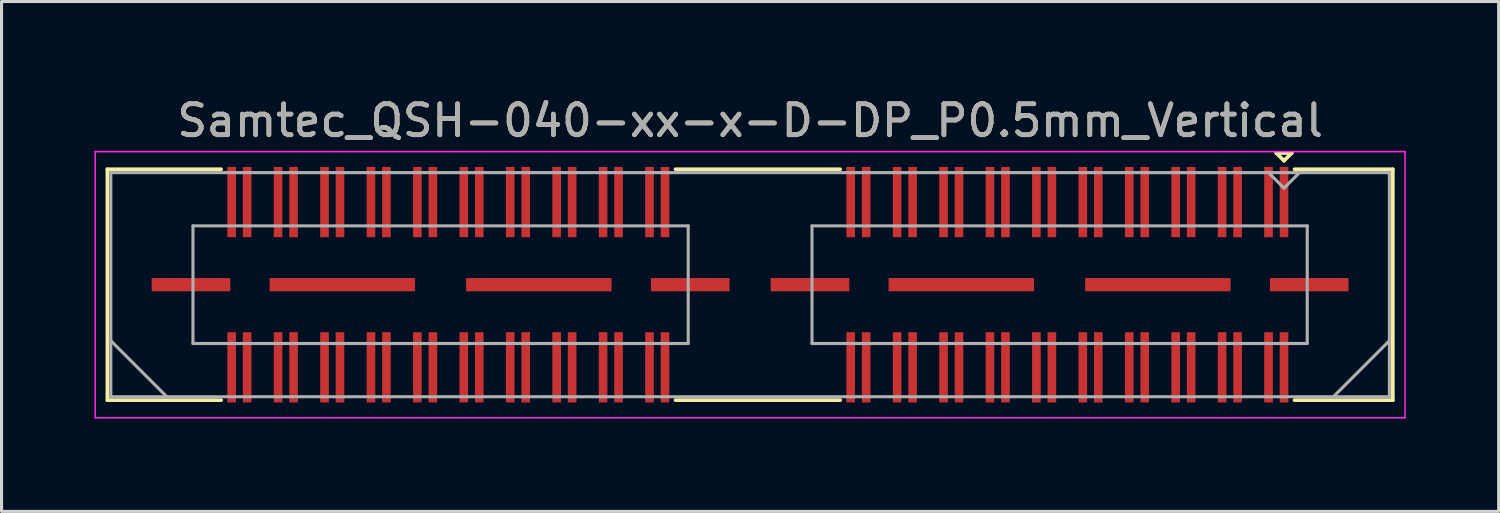
<source format=kicad_pcb>
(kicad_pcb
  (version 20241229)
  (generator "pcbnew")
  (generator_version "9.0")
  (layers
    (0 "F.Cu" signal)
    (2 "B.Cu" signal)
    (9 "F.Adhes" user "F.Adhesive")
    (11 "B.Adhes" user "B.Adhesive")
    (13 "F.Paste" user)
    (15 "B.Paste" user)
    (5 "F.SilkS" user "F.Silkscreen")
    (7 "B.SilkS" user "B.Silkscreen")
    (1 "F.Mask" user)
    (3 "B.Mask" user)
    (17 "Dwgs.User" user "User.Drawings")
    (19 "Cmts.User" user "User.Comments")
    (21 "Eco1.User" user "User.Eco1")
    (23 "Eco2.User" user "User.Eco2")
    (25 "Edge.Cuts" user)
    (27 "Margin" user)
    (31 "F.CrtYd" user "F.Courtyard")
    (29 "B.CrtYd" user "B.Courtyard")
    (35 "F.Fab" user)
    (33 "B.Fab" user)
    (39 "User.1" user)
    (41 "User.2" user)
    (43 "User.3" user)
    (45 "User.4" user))
  (footprint "Samtec_QSH-040-xx-x-D-DP_P0.5mm_Vertical"
    (layer "F.Cu")
    (at 21.185 6.148)
    (property "Reference" "Samtec_QSH-040-xx-x-D-DP_P0.5mm_Vertical" (at 0 -5.3 0) (layer "F.SilkS") (effects (font (size 1 1) (thickness 0.15))))
    (attr smd)
    (fp_line (start -20.765 -3.73) (end -17.09 -3.73) (stroke (width 0.12) (type solid)) (layer "F.SilkS"))
    (fp_line (start -20.765 3.73) (end -20.765 -3.73) (stroke (width 0.12) (type solid)) (layer "F.SilkS"))
    (fp_line (start -17.09 3.73) (end -20.765 3.73) (stroke (width 0.12) (type solid)) (layer "F.SilkS"))
    (fp_line (start 2.91 -3.73) (end -2.41 -3.73) (stroke (width 0.12) (type solid)) (layer "F.SilkS"))
    (fp_line (start 2.91 3.73) (end -2.41 3.73) (stroke (width 0.12) (type solid)) (layer "F.SilkS"))
    (fp_line (start 17 -4.255) (end 17.5 -4.255) (stroke (width 0.12) (type solid)) (layer "F.SilkS"))
    (fp_line (start 17.25 -4.005) (end 17 -4.255) (stroke (width 0.12) (type solid)) (layer "F.SilkS"))
    (fp_line (start 17.5 -4.255) (end 17.25 -4.005) (stroke (width 0.12) (type solid)) (layer "F.SilkS"))
    (fp_line (start 17.59 3.73) (end 20.765 3.73) (stroke (width 0.12) (type solid)) (layer "F.SilkS"))
    (fp_line (start 20.765 -3.73) (end 17.59 -3.73) (stroke (width 0.12) (type solid)) (layer "F.SilkS"))
    (fp_line (start 20.765 3.73) (end 20.765 -3.73) (stroke (width 0.12) (type solid)) (layer "F.SilkS"))
    (fp_line (start -21.16 -4.3) (end -21.16 4.3) (stroke (width 0.05) (type solid)) (layer "F.CrtYd"))
    (fp_line (start -21.16 4.3) (end 21.16 4.3) (stroke (width 0.05) (type solid)) (layer "F.CrtYd"))
    (fp_line (start 21.16 -4.3) (end -21.16 -4.3) (stroke (width 0.05) (type solid)) (layer "F.CrtYd"))
    (fp_line (start 21.16 4.3) (end 21.16 -4.3) (stroke (width 0.05) (type solid)) (layer "F.CrtYd"))
    (fp_line (start -20.655 -3.62) (end -20.655 3.62) (stroke (width 0.1) (type solid)) (layer "F.Fab"))
    (fp_line (start -20.655 1.81) (end -18.845 3.62) (stroke (width 0.1) (type solid)) (layer "F.Fab"))
    (fp_line (start -20.655 3.62) (end 20.655 3.62) (stroke (width 0.1) (type solid)) (layer "F.Fab"))
    (fp_line (start -18 -1.9) (end -18 1.9) (stroke (width 0.1) (type solid)) (layer "F.Fab"))
    (fp_line (start -18 1.9) (end -2 1.9) (stroke (width 0.1) (type solid)) (layer "F.Fab"))
    (fp_line (start -2 -1.9) (end -18 -1.9) (stroke (width 0.1) (type solid)) (layer "F.Fab"))
    (fp_line (start -2 1.9) (end -2 -1.9) (stroke (width 0.1) (type solid)) (layer "F.Fab"))
    (fp_line (start 2 -1.9) (end 2 1.9) (stroke (width 0.1) (type solid)) (layer "F.Fab"))
    (fp_line (start 2 1.9) (end 18 1.9) (stroke (width 0.1) (type solid)) (layer "F.Fab"))
    (fp_line (start 17.25 -3.12) (end 16.75 -3.62) (stroke (width 0.1) (type solid)) (layer "F.Fab"))
    (fp_line (start 17.75 -3.62) (end 17.25 -3.12) (stroke (width 0.1) (type solid)) (layer "F.Fab"))
    (fp_line (start 18 -1.9) (end 2 -1.9) (stroke (width 0.1) (type solid)) (layer "F.Fab"))
    (fp_line (start 18 1.9) (end 18 -1.9) (stroke (width 0.1) (type solid)) (layer "F.Fab"))
    (fp_line (start 20.655 -3.62) (end -20.655 -3.62) (stroke (width 0.1) (type solid)) (layer "F.Fab"))
    (fp_line (start 20.655 1.81) (end 18.845 3.62) (stroke (width 0.1) (type solid)) (layer "F.Fab"))
    (fp_line (start 20.655 3.62) (end 20.655 -3.62) (stroke (width 0.1) (type solid)) (layer "F.Fab"))
    (fp_text user "${REFERENCE}" (at 0 -5.3 0) (layer "F.Fab") (effects (font (size 1 1) (thickness 0.15))))
    (pad "1" smd rect (at 17.25 -2.67) (size 0.279 2.27) (layers "F.Cu" "F.Mask" "F.Paste"))
    (pad "2" smd rect (at 17.25 2.67) (size 0.279 2.27) (layers "F.Cu" "F.Mask" "F.Paste"))
    (pad "3" smd rect (at 16.75 -2.67) (size 0.279 2.27) (layers "F.Cu" "F.Mask" "F.Paste"))
    (pad "4" smd rect (at 16.75 2.67) (size 0.279 2.27) (layers "F.Cu" "F.Mask" "F.Paste"))
    (pad "5" smd rect (at 15.75 -2.67) (size 0.279 2.27) (layers "F.Cu" "F.Mask" "F.Paste"))
    (pad "6" smd rect (at 15.75 2.67) (size 0.279 2.27) (layers "F.Cu" "F.Mask" "F.Paste"))
    (pad "7" smd rect (at 15.25 -2.67) (size 0.279 2.27) (layers "F.Cu" "F.Mask" "F.Paste"))
    (pad "8" smd rect (at 15.25 2.67) (size 0.279 2.27) (layers "F.Cu" "F.Mask" "F.Paste"))
    (pad "9" smd rect (at 14.25 -2.67) (size 0.279 2.27) (layers "F.Cu" "F.Mask" "F.Paste"))
    (pad "10" smd rect (at 14.25 2.67) (size 0.279 2.27) (layers "F.Cu" "F.Mask" "F.Paste"))
    (pad "11" smd rect (at 13.75 -2.67) (size 0.279 2.27) (layers "F.Cu" "F.Mask" "F.Paste"))
    (pad "12" smd rect (at 13.75 2.67) (size 0.279 2.27) (layers "F.Cu" "F.Mask" "F.Paste"))
    (pad "13" smd rect (at 12.75 -2.67) (size 0.279 2.27) (layers "F.Cu" "F.Mask" "F.Paste"))
    (pad "14" smd rect (at 12.75 2.67) (size 0.279 2.27) (layers "F.Cu" "F.Mask" "F.Paste"))
    (pad "15" smd rect (at 12.25 -2.67) (size 0.279 2.27) (layers "F.Cu" "F.Mask" "F.Paste"))
    (pad "16" smd rect (at 12.25 2.67) (size 0.279 2.27) (layers "F.Cu" "F.Mask" "F.Paste"))
    (pad "17" smd rect (at 11.25 -2.67) (size 0.279 2.27) (layers "F.Cu" "F.Mask" "F.Paste"))
    (pad "18" smd rect (at 11.25 2.67) (size 0.279 2.27) (layers "F.Cu" "F.Mask" "F.Paste"))
    (pad "19" smd rect (at 10.75 -2.67) (size 0.279 2.27) (layers "F.Cu" "F.Mask" "F.Paste"))
    (pad "20" smd rect (at 10.75 2.67) (size 0.279 2.27) (layers "F.Cu" "F.Mask" "F.Paste"))
    (pad "21" smd rect (at 9.75 -2.67) (size 0.279 2.27) (layers "F.Cu" "F.Mask" "F.Paste"))
    (pad "22" smd rect (at 9.75 2.67) (size 0.279 2.27) (layers "F.Cu" "F.Mask" "F.Paste"))
    (pad "23" smd rect (at 9.25 -2.67) (size 0.279 2.27) (layers "F.Cu" "F.Mask" "F.Paste"))
    (pad "24" smd rect (at 9.25 2.67) (size 0.279 2.27) (layers "F.Cu" "F.Mask" "F.Paste"))
    (pad "25" smd rect (at 8.25 -2.67) (size 0.279 2.27) (layers "F.Cu" "F.Mask" "F.Paste"))
    (pad "26" smd rect (at 8.25 2.67) (size 0.279 2.27) (layers "F.Cu" "F.Mask" "F.Paste"))
    (pad "27" smd rect (at 7.75 -2.67) (size 0.279 2.27) (layers "F.Cu" "F.Mask" "F.Paste"))
    (pad "28" smd rect (at 7.75 2.67) (size 0.279 2.27) (layers "F.Cu" "F.Mask" "F.Paste"))
    (pad "29" smd rect (at 6.75 -2.67) (size 0.279 2.27) (layers "F.Cu" "F.Mask" "F.Paste"))
    (pad "30" smd rect (at 6.75 2.67) (size 0.279 2.27) (layers "F.Cu" "F.Mask" "F.Paste"))
    (pad "31" smd rect (at 6.25 -2.67) (size 0.279 2.27) (layers "F.Cu" "F.Mask" "F.Paste"))
    (pad "32" smd rect (at 6.25 2.67) (size 0.279 2.27) (layers "F.Cu" "F.Mask" "F.Paste"))
    (pad "33" smd rect (at 5.25 -2.67) (size 0.279 2.27) (layers "F.Cu" "F.Mask" "F.Paste"))
    (pad "34" smd rect (at 5.25 2.67) (size 0.279 2.27) (layers "F.Cu" "F.Mask" "F.Paste"))
    (pad "35" smd rect (at 4.75 -2.67) (size 0.279 2.27) (layers "F.Cu" "F.Mask" "F.Paste"))
    (pad "36" smd rect (at 4.75 2.67) (size 0.279 2.27) (layers "F.Cu" "F.Mask" "F.Paste"))
    (pad "37" smd rect (at 3.75 -2.67) (size 0.279 2.27) (layers "F.Cu" "F.Mask" "F.Paste"))
    (pad "38" smd rect (at 3.75 2.67) (size 0.279 2.27) (layers "F.Cu" "F.Mask" "F.Paste"))
    (pad "39" smd rect (at 3.25 -2.67) (size 0.279 2.27) (layers "F.Cu" "F.Mask" "F.Paste"))
    (pad "40" smd rect (at 3.25 2.67) (size 0.279 2.27) (layers "F.Cu" "F.Mask" "F.Paste"))
    (pad "41" smd rect (at -2.75 -2.67) (size 0.279 2.27) (layers "F.Cu" "F.Mask" "F.Paste"))
    (pad "42" smd rect (at -2.75 2.67) (size 0.279 2.27) (layers "F.Cu" "F.Mask" "F.Paste"))
    (pad "43" smd rect (at -3.25 -2.67) (size 0.279 2.27) (layers "F.Cu" "F.Mask" "F.Paste"))
    (pad "44" smd rect (at -3.25 2.67) (size 0.279 2.27) (layers "F.Cu" "F.Mask" "F.Paste"))
    (pad "45" smd rect (at -4.25 -2.67) (size 0.279 2.27) (layers "F.Cu" "F.Mask" "F.Paste"))
    (pad "46" smd rect (at -4.25 2.67) (size 0.279 2.27) (layers "F.Cu" "F.Mask" "F.Paste"))
    (pad "47" smd rect (at -4.75 -2.67) (size 0.279 2.27) (layers "F.Cu" "F.Mask" "F.Paste"))
    (pad "48" smd rect (at -4.75 2.67) (size 0.279 2.27) (layers "F.Cu" "F.Mask" "F.Paste"))
    (pad "49" smd rect (at -5.75 -2.67) (size 0.279 2.27) (layers "F.Cu" "F.Mask" "F.Paste"))
    (pad "50" smd rect (at -5.75 2.67) (size 0.279 2.27) (layers "F.Cu" "F.Mask" "F.Paste"))
    (pad "51" smd rect (at -6.25 -2.67) (size 0.279 2.27) (layers "F.Cu" "F.Mask" "F.Paste"))
    (pad "52" smd rect (at -6.25 2.67) (size 0.279 2.27) (layers "F.Cu" "F.Mask" "F.Paste"))
    (pad "53" smd rect (at -7.25 -2.67) (size 0.279 2.27) (layers "F.Cu" "F.Mask" "F.Paste"))
    (pad "54" smd rect (at -7.25 2.67) (size 0.279 2.27) (layers "F.Cu" "F.Mask" "F.Paste"))
    (pad "55" smd rect (at -7.75 -2.67) (size 0.279 2.27) (layers "F.Cu" "F.Mask" "F.Paste"))
    (pad "56" smd rect (at -7.75 2.67) (size 0.279 2.27) (layers "F.Cu" "F.Mask" "F.Paste"))
    (pad "57" smd rect (at -8.75 -2.67) (size 0.279 2.27) (layers "F.Cu" "F.Mask" "F.Paste"))
    (pad "58" smd rect (at -8.75 2.67) (size 0.279 2.27) (layers "F.Cu" "F.Mask" "F.Paste"))
    (pad "59" smd rect (at -9.25 -2.67) (size 0.279 2.27) (layers "F.Cu" "F.Mask" "F.Paste"))
    (pad "60" smd rect (at -9.25 2.67) (size 0.279 2.27) (layers "F.Cu" "F.Mask" "F.Paste"))
    (pad "61" smd rect (at -10.25 -2.67) (size 0.279 2.27) (layers "F.Cu" "F.Mask" "F.Paste"))
    (pad "62" smd rect (at -10.25 2.67) (size 0.279 2.27) (layers "F.Cu" "F.Mask" "F.Paste"))
    (pad "63" smd rect (at -10.75 -2.67) (size 0.279 2.27) (layers "F.Cu" "F.Mask" "F.Paste"))
    (pad "64" smd rect (at -10.75 2.67) (size 0.279 2.27) (layers "F.Cu" "F.Mask" "F.Paste"))
    (pad "65" smd rect (at -11.75 -2.67) (size 0.279 2.27) (layers "F.Cu" "F.Mask" "F.Paste"))
    (pad "66" smd rect (at -11.75 2.67) (size 0.279 2.27) (layers "F.Cu" "F.Mask" "F.Paste"))
    (pad "67" smd rect (at -12.25 -2.67) (size 0.279 2.27) (layers "F.Cu" "F.Mask" "F.Paste"))
    (pad "68" smd rect (at -12.25 2.67) (size 0.279 2.27) (layers "F.Cu" "F.Mask" "F.Paste"))
    (pad "69" smd rect (at -13.25 -2.67) (size 0.279 2.27) (layers "F.Cu" "F.Mask" "F.Paste"))
    (pad "70" smd rect (at -13.25 2.67) (size 0.279 2.27) (layers "F.Cu" "F.Mask" "F.Paste"))
    (pad "71" smd rect (at -13.75 -2.67) (size 0.279 2.27) (layers "F.Cu" "F.Mask" "F.Paste"))
    (pad "72" smd rect (at -13.75 2.67) (size 0.279 2.27) (layers "F.Cu" "F.Mask" "F.Paste"))
    (pad "73" smd rect (at -14.75 -2.67) (size 0.279 2.27) (layers "F.Cu" "F.Mask" "F.Paste"))
    (pad "74" smd rect (at -14.75 2.67) (size 0.279 2.27) (layers "F.Cu" "F.Mask" "F.Paste"))
    (pad "75" smd rect (at -15.25 -2.67) (size 0.279 2.27) (layers "F.Cu" "F.Mask" "F.Paste"))
    (pad "76" smd rect (at -15.25 2.67) (size 0.279 2.27) (layers "F.Cu" "F.Mask" "F.Paste"))
    (pad "77" smd rect (at -16.25 -2.67) (size 0.279 2.27) (layers "F.Cu" "F.Mask" "F.Paste"))
    (pad "78" smd rect (at -16.25 2.67) (size 0.279 2.27) (layers "F.Cu" "F.Mask" "F.Paste"))
    (pad "79" smd rect (at -16.75 -2.67) (size 0.279 2.27) (layers "F.Cu" "F.Mask" "F.Paste"))
    (pad "80" smd rect (at -16.75 2.67) (size 0.279 2.27) (layers "F.Cu" "F.Mask" "F.Paste"))
    (pad "P1" smd rect (at 1.935 0) (size 2.54 0.43) (layers "F.Cu" "F.Mask" "F.Paste"))
    (pad "P1" smd rect (at 6.825 0) (size 4.7 0.43) (layers "F.Cu" "F.Mask" "F.Paste"))
    (pad "P1" smd rect (at 13.175 0) (size 4.7 0.43) (layers "F.Cu" "F.Mask" "F.Paste"))
    (pad "P1" smd rect (at 18.065 0) (size 2.54 0.43) (layers "F.Cu" "F.Mask" "F.Paste"))
    (pad "P2" smd rect (at -18.065 0) (size 2.54 0.43) (layers "F.Cu" "F.Mask" "F.Paste"))
    (pad "P2" smd rect (at -13.175 0) (size 4.7 0.43) (layers "F.Cu" "F.Mask" "F.Paste"))
    (pad "P2" smd rect (at -6.825 0) (size 4.7 0.43) (layers "F.Cu" "F.Mask" "F.Paste"))
    (pad "P2" smd rect (at -1.935 0) (size 2.54 0.43) (layers "F.Cu" "F.Mask" "F.Paste")))
  (gr_rect
    (start -3 -3)
    (end 45.37 13.473)
    (stroke (width 0.1) (type default))
    (fill no)
    (layer "Edge.Cuts")))
</source>
